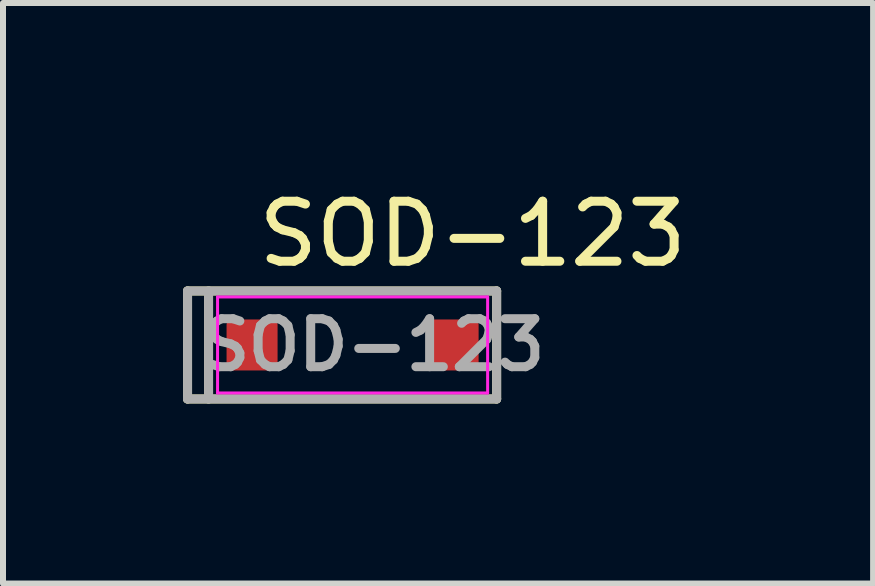
<source format=kicad_pcb>
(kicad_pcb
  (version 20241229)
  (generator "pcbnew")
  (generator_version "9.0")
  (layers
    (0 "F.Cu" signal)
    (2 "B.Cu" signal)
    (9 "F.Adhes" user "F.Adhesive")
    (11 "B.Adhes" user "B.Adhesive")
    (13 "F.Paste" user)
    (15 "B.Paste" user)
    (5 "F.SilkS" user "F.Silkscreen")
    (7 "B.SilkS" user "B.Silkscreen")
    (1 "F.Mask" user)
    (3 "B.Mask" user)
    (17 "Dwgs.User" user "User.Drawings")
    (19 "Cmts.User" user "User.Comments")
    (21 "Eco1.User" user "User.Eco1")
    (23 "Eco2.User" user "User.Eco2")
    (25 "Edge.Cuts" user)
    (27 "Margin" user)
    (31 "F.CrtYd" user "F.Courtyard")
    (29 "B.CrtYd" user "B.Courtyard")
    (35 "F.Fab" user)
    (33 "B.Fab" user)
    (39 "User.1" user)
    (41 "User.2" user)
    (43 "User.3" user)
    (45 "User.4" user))
  (footprint "SOD-123"
    (layer "F.Cu")
    (at 2.825 2.698)
    (property "Reference" "SOD-123" (at 2 -1.85 0) (unlocked yes) (layer "F.SilkS") (effects (font (size 1 1) (thickness 0.15))))
    (attr smd)
    (fp_line (start -2.75 -0.9) (end -2.75 0.9) (stroke (width 0.15) (type solid)) (layer "F.SilkS"))
    (fp_line (start -2.75 -0.9) (end 2.4 -0.9) (stroke (width 0.15) (type solid)) (layer "F.SilkS"))
    (fp_line (start -2.4 0.9) (end -2.4 -0.9) (stroke (width 0.15) (type solid)) (layer "F.SilkS"))
    (fp_line (start 2.4 -0.9) (end 2.4 0.9) (stroke (width 0.15) (type solid)) (layer "F.SilkS"))
    (fp_line (start 2.4 0.9) (end -2.75 0.9) (stroke (width 0.15) (type solid)) (layer "F.SilkS"))
    (fp_line (start -2.25 -0.8) (end 2.25 -0.8) (stroke (width 0.05) (type solid)) (layer "F.CrtYd"))
    (fp_line (start -2.25 0.8) (end -2.25 -0.8) (stroke (width 0.05) (type solid)) (layer "F.CrtYd"))
    (fp_line (start 2.25 -0.8) (end 2.25 0.8) (stroke (width 0.05) (type solid)) (layer "F.CrtYd"))
    (fp_line (start 2.25 0.8) (end -2.25 0.8) (stroke (width 0.05) (type solid)) (layer "F.CrtYd"))
    (fp_line (start -2.75 -0.9) (end 2.4 -0.9) (stroke (width 0.15) (type solid)) (layer "F.Fab"))
    (fp_line (start -2.75 0.9) (end -2.75 -0.9) (stroke (width 0.15) (type solid)) (layer "F.Fab"))
    (fp_line (start -2.4 -0.9) (end -2.4 0.9) (stroke (width 0.15) (type solid)) (layer "F.Fab"))
    (fp_line (start 2.4 -0.9) (end 2.4 0.9) (stroke (width 0.15) (type solid)) (layer "F.Fab"))
    (fp_line (start 2.4 0.9) (end -2.75 0.9) (stroke (width 0.15) (type solid)) (layer "F.Fab"))
    (fp_text user "${REFERENCE}" (at 0.35 0 0) (unlocked yes) (layer "F.Fab") (effects (font (size 0.8 0.8) (thickness 0.15))))
    (pad "1" smd roundrect (at -1.675 0) (size 0.85 0.85) (layers "F.Cu" "F.Mask" "F.Paste") (roundrect_rratio 0.1))
    (pad "2" smd roundrect (at 1.675 0) (size 0.85 0.85) (layers "F.Cu" "F.Mask" "F.Paste") (roundrect_rratio 0.1)))
  (gr_rect
    (start -3 -3)
    (end 11.498 6.673)
    (stroke (width 0.1) (type default))
    (fill no)
    (layer "Edge.Cuts")))
</source>
